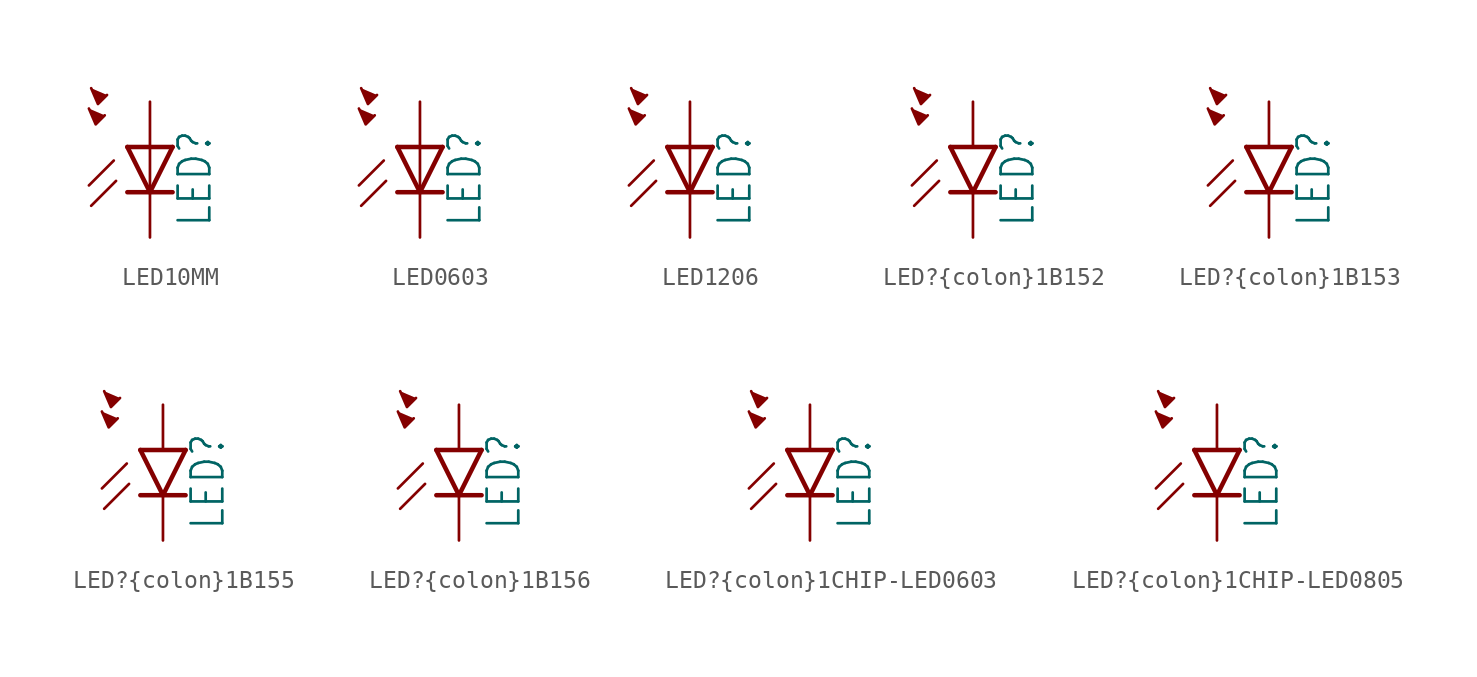
<source format=kicad_sym>
(kicad_symbol_lib
  (version 20241209)
  (generator "kicad_symbol_editor")
  (generator_version "9.0")
  (symbol "LED10MM"
    (property "Reference" "LED"
      (at 3.556 -4.572 90)
      (effects (font (size 1.778 1.511)) (justify left bottom)))
    (property "Value" ""
      (at 5.715 -4.572 90)
      (effects (font (size 1.778 1.511)) (justify left bottom)))
    (property "ki_locked" ""
      (at 0 0 0)
      (effects (font (size 1.27 1.27))))
    (symbol "LED10MM_1_0"
      (polyline (pts (xy -3.429 2.159) (xy -3.048 1.27) (xy -2.54 1.778)) (stroke (width 0.152) (type solid)) (fill (type outline)))
      (polyline (pts (xy -3.302 3.302) (xy -2.921 2.413) (xy -2.413 2.921)) (stroke (width 0.152) (type solid)) (fill (type outline)))
      (polyline (pts (xy -2.032 -0.762) (xy -3.429 -2.159)) (stroke (width 0.152) (type solid)) (fill (type none)))
      (polyline (pts (xy -1.905 -1.905) (xy -3.302 -3.302)) (stroke (width 0.152) (type solid)) (fill (type none)))
      (polyline (pts (xy 0 0) (xy -1.27 0)) (stroke (width 0.254) (type solid)) (fill (type none)))
      (polyline (pts (xy 0 0) (xy 0 -2.54)) (stroke (width 0.152) (type solid)) (fill (type none)))
      (polyline (pts (xy 0 -2.54) (xy -1.27 0)) (stroke (width 0.254) (type solid)) (fill (type none)))
      (polyline (pts (xy 0 -2.54) (xy -1.27 -2.54)) (stroke (width 0.254) (type solid)) (fill (type none)))
      (polyline (pts (xy 1.27 0) (xy 0 0)) (stroke (width 0.254) (type solid)) (fill (type none)))
      (polyline (pts (xy 1.27 0) (xy 0 -2.54)) (stroke (width 0.254) (type solid)) (fill (type none)))
      (polyline (pts (xy 1.27 -2.54) (xy 0 -2.54)) (stroke (width 0.254) (type solid)) (fill (type none)))
      (pin passive line (at 0 2.54 270) (length 2.54) (name "A" (effects (font (size 0 0)))) (number "A" (effects (font (size 0 0)))))
      (pin passive line (at 0 -5.08 90) (length 2.54) (name "C" (effects (font (size 0 0)))) (number "C" (effects (font (size 0 0)))))))
  (symbol "LED0603"
    (property "Reference" "LED"
      (at 3.556 -4.572 90)
      (effects (font (size 1.778 1.511)) (justify left bottom)))
    (property "Value" ""
      (at 5.715 -4.572 90)
      (effects (font (size 1.778 1.511)) (justify left bottom)))
    (property "ki_locked" ""
      (at 0 0 0)
      (effects (font (size 1.27 1.27))))
    (symbol "LED0603_1_0"
      (polyline (pts (xy -3.429 2.159) (xy -3.048 1.27) (xy -2.54 1.778)) (stroke (width 0.152) (type solid)) (fill (type outline)))
      (polyline (pts (xy -3.302 3.302) (xy -2.921 2.413) (xy -2.413 2.921)) (stroke (width 0.152) (type solid)) (fill (type outline)))
      (polyline (pts (xy -2.032 -0.762) (xy -3.429 -2.159)) (stroke (width 0.152) (type solid)) (fill (type none)))
      (polyline (pts (xy -1.905 -1.905) (xy -3.302 -3.302)) (stroke (width 0.152) (type solid)) (fill (type none)))
      (polyline (pts (xy 0 0) (xy -1.27 0)) (stroke (width 0.254) (type solid)) (fill (type none)))
      (polyline (pts (xy 0 0) (xy 0 -2.54)) (stroke (width 0.152) (type solid)) (fill (type none)))
      (polyline (pts (xy 0 -2.54) (xy -1.27 0)) (stroke (width 0.254) (type solid)) (fill (type none)))
      (polyline (pts (xy 0 -2.54) (xy -1.27 -2.54)) (stroke (width 0.254) (type solid)) (fill (type none)))
      (polyline (pts (xy 1.27 0) (xy 0 0)) (stroke (width 0.254) (type solid)) (fill (type none)))
      (polyline (pts (xy 1.27 0) (xy 0 -2.54)) (stroke (width 0.254) (type solid)) (fill (type none)))
      (polyline (pts (xy 1.27 -2.54) (xy 0 -2.54)) (stroke (width 0.254) (type solid)) (fill (type none)))
      (pin passive line (at 0 2.54 270) (length 2.54) (name "A" (effects (font (size 0 0)))) (number "A" (effects (font (size 0 0)))))
      (pin passive line (at 0 -5.08 90) (length 2.54) (name "C" (effects (font (size 0 0)))) (number "C" (effects (font (size 0 0)))))))
  (symbol "LED1206"
    (property "Reference" "LED"
      (at 3.556 -4.572 90)
      (effects (font (size 1.778 1.511)) (justify left bottom)))
    (property "Value" ""
      (at 5.715 -4.572 90)
      (effects (font (size 1.778 1.511)) (justify left bottom)))
    (property "ki_locked" ""
      (at 0 0 0)
      (effects (font (size 1.27 1.27))))
    (symbol "LED1206_1_0"
      (polyline (pts (xy -3.429 2.159) (xy -3.048 1.27) (xy -2.54 1.778)) (stroke (width 0.152) (type solid)) (fill (type outline)))
      (polyline (pts (xy -3.302 3.302) (xy -2.921 2.413) (xy -2.413 2.921)) (stroke (width 0.152) (type solid)) (fill (type outline)))
      (polyline (pts (xy -2.032 -0.762) (xy -3.429 -2.159)) (stroke (width 0.152) (type solid)) (fill (type none)))
      (polyline (pts (xy -1.905 -1.905) (xy -3.302 -3.302)) (stroke (width 0.152) (type solid)) (fill (type none)))
      (polyline (pts (xy 0 0) (xy -1.27 0)) (stroke (width 0.254) (type solid)) (fill (type none)))
      (polyline (pts (xy 0 0) (xy 0 -2.54)) (stroke (width 0.152) (type solid)) (fill (type none)))
      (polyline (pts (xy 0 -2.54) (xy -1.27 0)) (stroke (width 0.254) (type solid)) (fill (type none)))
      (polyline (pts (xy 0 -2.54) (xy -1.27 -2.54)) (stroke (width 0.254) (type solid)) (fill (type none)))
      (polyline (pts (xy 1.27 0) (xy 0 0)) (stroke (width 0.254) (type solid)) (fill (type none)))
      (polyline (pts (xy 1.27 0) (xy 0 -2.54)) (stroke (width 0.254) (type solid)) (fill (type none)))
      (polyline (pts (xy 1.27 -2.54) (xy 0 -2.54)) (stroke (width 0.254) (type solid)) (fill (type none)))
      (pin passive line (at 0 2.54 270) (length 2.54) (name "A" (effects (font (size 0 0)))) (number "A" (effects (font (size 0 0)))))
      (pin passive line (at 0 -5.08 90) (length 2.54) (name "C" (effects (font (size 0 0)))) (number "C" (effects (font (size 0 0)))))))
  (symbol "LED?{colon}1B152"
    (property "Reference" "LED"
      (at 3.556 -4.572 90)
      (effects (font (size 1.778 1.511)) (justify left bottom)))
    (property "Value" ""
      (at 5.715 -4.572 90)
      (effects (font (size 1.778 1.511)) (justify left bottom)))
    (property "ki_locked" ""
      (at 0 0 0)
      (effects (font (size 1.27 1.27))))
    (symbol "LED?{colon}1B152_1_0"
      (polyline (pts (xy -3.429 2.159) (xy -3.048 1.27) (xy -2.54 1.778)) (stroke (width 0.152) (type solid)) (fill (type outline)))
      (polyline (pts (xy -3.302 3.302) (xy -2.921 2.413) (xy -2.413 2.921)) (stroke (width 0.152) (type solid)) (fill (type outline)))
      (polyline (pts (xy -2.032 -0.762) (xy -3.429 -2.159)) (stroke (width 0.152) (type solid)) (fill (type none)))
      (polyline (pts (xy -1.905 -1.905) (xy -3.302 -3.302)) (stroke (width 0.152) (type solid)) (fill (type none)))
      (polyline (pts (xy 0 -2.54) (xy -1.27 0)) (stroke (width 0.254) (type solid)) (fill (type none)))
      (polyline (pts (xy 0 -2.54) (xy -1.27 -2.54)) (stroke (width 0.254) (type solid)) (fill (type none)))
      (polyline (pts (xy 1.27 0) (xy -1.27 0)) (stroke (width 0.254) (type solid)) (fill (type none)))
      (polyline (pts (xy 1.27 0) (xy 0 -2.54)) (stroke (width 0.254) (type solid)) (fill (type none)))
      (polyline (pts (xy 1.27 -2.54) (xy 0 -2.54)) (stroke (width 0.254) (type solid)) (fill (type none)))
      (pin passive line (at 0 2.54 270) (length 2.54) (name "A" (effects (font (size 0 0)))) (number "A" (effects (font (size 0 0)))))
      (pin passive line (at 0 -5.08 90) (length 2.54) (name "C" (effects (font (size 0 0)))) (number "K" (effects (font (size 0 0)))))))
  (symbol "LED?{colon}1B153"
    (property "Reference" "LED"
      (at 3.556 -4.572 90)
      (effects (font (size 1.778 1.511)) (justify left bottom)))
    (property "Value" ""
      (at 5.715 -4.572 90)
      (effects (font (size 1.778 1.511)) (justify left bottom)))
    (property "ki_locked" ""
      (at 0 0 0)
      (effects (font (size 1.27 1.27))))
    (symbol "LED?{colon}1B153_1_0"
      (polyline (pts (xy -3.429 2.159) (xy -3.048 1.27) (xy -2.54 1.778)) (stroke (width 0.152) (type solid)) (fill (type outline)))
      (polyline (pts (xy -3.302 3.302) (xy -2.921 2.413) (xy -2.413 2.921)) (stroke (width 0.152) (type solid)) (fill (type outline)))
      (polyline (pts (xy -2.032 -0.762) (xy -3.429 -2.159)) (stroke (width 0.152) (type solid)) (fill (type none)))
      (polyline (pts (xy -1.905 -1.905) (xy -3.302 -3.302)) (stroke (width 0.152) (type solid)) (fill (type none)))
      (polyline (pts (xy 0 -2.54) (xy -1.27 0)) (stroke (width 0.254) (type solid)) (fill (type none)))
      (polyline (pts (xy 0 -2.54) (xy -1.27 -2.54)) (stroke (width 0.254) (type solid)) (fill (type none)))
      (polyline (pts (xy 1.27 0) (xy -1.27 0)) (stroke (width 0.254) (type solid)) (fill (type none)))
      (polyline (pts (xy 1.27 0) (xy 0 -2.54)) (stroke (width 0.254) (type solid)) (fill (type none)))
      (polyline (pts (xy 1.27 -2.54) (xy 0 -2.54)) (stroke (width 0.254) (type solid)) (fill (type none)))
      (pin passive line (at 0 2.54 270) (length 2.54) (name "A" (effects (font (size 0 0)))) (number "A" (effects (font (size 0 0)))))
      (pin passive line (at 0 -5.08 90) (length 2.54) (name "C" (effects (font (size 0 0)))) (number "K" (effects (font (size 0 0)))))))
  (symbol "LED?{colon}1B155"
    (property "Reference" "LED"
      (at 3.556 -4.572 90)
      (effects (font (size 1.778 1.511)) (justify left bottom)))
    (property "Value" ""
      (at 5.715 -4.572 90)
      (effects (font (size 1.778 1.511)) (justify left bottom)))
    (property "ki_locked" ""
      (at 0 0 0)
      (effects (font (size 1.27 1.27))))
    (symbol "LED?{colon}1B155_1_0"
      (polyline (pts (xy -3.429 2.159) (xy -3.048 1.27) (xy -2.54 1.778)) (stroke (width 0.152) (type solid)) (fill (type outline)))
      (polyline (pts (xy -3.302 3.302) (xy -2.921 2.413) (xy -2.413 2.921)) (stroke (width 0.152) (type solid)) (fill (type outline)))
      (polyline (pts (xy -2.032 -0.762) (xy -3.429 -2.159)) (stroke (width 0.152) (type solid)) (fill (type none)))
      (polyline (pts (xy -1.905 -1.905) (xy -3.302 -3.302)) (stroke (width 0.152) (type solid)) (fill (type none)))
      (polyline (pts (xy 0 -2.54) (xy -1.27 0)) (stroke (width 0.254) (type solid)) (fill (type none)))
      (polyline (pts (xy 0 -2.54) (xy -1.27 -2.54)) (stroke (width 0.254) (type solid)) (fill (type none)))
      (polyline (pts (xy 1.27 0) (xy -1.27 0)) (stroke (width 0.254) (type solid)) (fill (type none)))
      (polyline (pts (xy 1.27 0) (xy 0 -2.54)) (stroke (width 0.254) (type solid)) (fill (type none)))
      (polyline (pts (xy 1.27 -2.54) (xy 0 -2.54)) (stroke (width 0.254) (type solid)) (fill (type none)))
      (pin passive line (at 0 2.54 270) (length 2.54) (name "A" (effects (font (size 0 0)))) (number "A" (effects (font (size 0 0)))))
      (pin passive line (at 0 -5.08 90) (length 2.54) (name "C" (effects (font (size 0 0)))) (number "K" (effects (font (size 0 0)))))))
  (symbol "LED?{colon}1B156"
    (property "Reference" "LED"
      (at 3.556 -4.572 90)
      (effects (font (size 1.778 1.511)) (justify left bottom)))
    (property "Value" ""
      (at 5.715 -4.572 90)
      (effects (font (size 1.778 1.511)) (justify left bottom)))
    (property "ki_locked" ""
      (at 0 0 0)
      (effects (font (size 1.27 1.27))))
    (symbol "LED?{colon}1B156_1_0"
      (polyline (pts (xy -3.429 2.159) (xy -3.048 1.27) (xy -2.54 1.778)) (stroke (width 0.152) (type solid)) (fill (type outline)))
      (polyline (pts (xy -3.302 3.302) (xy -2.921 2.413) (xy -2.413 2.921)) (stroke (width 0.152) (type solid)) (fill (type outline)))
      (polyline (pts (xy -2.032 -0.762) (xy -3.429 -2.159)) (stroke (width 0.152) (type solid)) (fill (type none)))
      (polyline (pts (xy -1.905 -1.905) (xy -3.302 -3.302)) (stroke (width 0.152) (type solid)) (fill (type none)))
      (polyline (pts (xy 0 -2.54) (xy -1.27 0)) (stroke (width 0.254) (type solid)) (fill (type none)))
      (polyline (pts (xy 0 -2.54) (xy -1.27 -2.54)) (stroke (width 0.254) (type solid)) (fill (type none)))
      (polyline (pts (xy 1.27 0) (xy -1.27 0)) (stroke (width 0.254) (type solid)) (fill (type none)))
      (polyline (pts (xy 1.27 0) (xy 0 -2.54)) (stroke (width 0.254) (type solid)) (fill (type none)))
      (polyline (pts (xy 1.27 -2.54) (xy 0 -2.54)) (stroke (width 0.254) (type solid)) (fill (type none)))
      (pin passive line (at 0 2.54 270) (length 2.54) (name "A" (effects (font (size 0 0)))) (number "A" (effects (font (size 0 0)))))
      (pin passive line (at 0 -5.08 90) (length 2.54) (name "C" (effects (font (size 0 0)))) (number "K" (effects (font (size 0 0)))))))
  (symbol "LED?{colon}1CHIP-LED0603"
    (property "Reference" "LED"
      (at 3.556 -4.572 90)
      (effects (font (size 1.778 1.511)) (justify left bottom)))
    (property "Value" ""
      (at 5.715 -4.572 90)
      (effects (font (size 1.778 1.511)) (justify left bottom)))
    (property "ki_locked" ""
      (at 0 0 0)
      (effects (font (size 1.27 1.27))))
    (symbol "LED?{colon}1CHIP-LED0603_1_0"
      (polyline (pts (xy -3.429 2.159) (xy -3.048 1.27) (xy -2.54 1.778)) (stroke (width 0.152) (type solid)) (fill (type outline)))
      (polyline (pts (xy -3.302 3.302) (xy -2.921 2.413) (xy -2.413 2.921)) (stroke (width 0.152) (type solid)) (fill (type outline)))
      (polyline (pts (xy -2.032 -0.762) (xy -3.429 -2.159)) (stroke (width 0.152) (type solid)) (fill (type none)))
      (polyline (pts (xy -1.905 -1.905) (xy -3.302 -3.302)) (stroke (width 0.152) (type solid)) (fill (type none)))
      (polyline (pts (xy 0 -2.54) (xy -1.27 0)) (stroke (width 0.254) (type solid)) (fill (type none)))
      (polyline (pts (xy 0 -2.54) (xy -1.27 -2.54)) (stroke (width 0.254) (type solid)) (fill (type none)))
      (polyline (pts (xy 1.27 0) (xy -1.27 0)) (stroke (width 0.254) (type solid)) (fill (type none)))
      (polyline (pts (xy 1.27 0) (xy 0 -2.54)) (stroke (width 0.254) (type solid)) (fill (type none)))
      (polyline (pts (xy 1.27 -2.54) (xy 0 -2.54)) (stroke (width 0.254) (type solid)) (fill (type none)))
      (pin passive line (at 0 2.54 270) (length 2.54) (name "A" (effects (font (size 0 0)))) (number "A" (effects (font (size 0 0)))))
      (pin passive line (at 0 -5.08 90) (length 2.54) (name "C" (effects (font (size 0 0)))) (number "C" (effects (font (size 0 0)))))))
  (symbol "LED?{colon}1CHIP-LED0805"
    (property "Reference" "LED"
      (at 3.556 -4.572 90)
      (effects (font (size 1.778 1.511)) (justify left bottom)))
    (property "Value" ""
      (at 5.715 -4.572 90)
      (effects (font (size 1.778 1.511)) (justify left bottom)))
    (property "ki_locked" ""
      (at 0 0 0)
      (effects (font (size 1.27 1.27))))
    (symbol "LED?{colon}1CHIP-LED0805_1_0"
      (polyline (pts (xy -3.429 2.159) (xy -3.048 1.27) (xy -2.54 1.778)) (stroke (width 0.152) (type solid)) (fill (type outline)))
      (polyline (pts (xy -3.302 3.302) (xy -2.921 2.413) (xy -2.413 2.921)) (stroke (width 0.152) (type solid)) (fill (type outline)))
      (polyline (pts (xy -2.032 -0.762) (xy -3.429 -2.159)) (stroke (width 0.152) (type solid)) (fill (type none)))
      (polyline (pts (xy -1.905 -1.905) (xy -3.302 -3.302)) (stroke (width 0.152) (type solid)) (fill (type none)))
      (polyline (pts (xy 0 -2.54) (xy -1.27 0)) (stroke (width 0.254) (type solid)) (fill (type none)))
      (polyline (pts (xy 0 -2.54) (xy -1.27 -2.54)) (stroke (width 0.254) (type solid)) (fill (type none)))
      (polyline (pts (xy 1.27 0) (xy -1.27 0)) (stroke (width 0.254) (type solid)) (fill (type none)))
      (polyline (pts (xy 1.27 0) (xy 0 -2.54)) (stroke (width 0.254) (type solid)) (fill (type none)))
      (polyline (pts (xy 1.27 -2.54) (xy 0 -2.54)) (stroke (width 0.254) (type solid)) (fill (type none)))
      (pin passive line (at 0 2.54 270) (length 2.54) (name "A" (effects (font (size 0 0)))) (number "A" (effects (font (size 0 0)))))
      (pin passive line (at 0 -5.08 90) (length 2.54) (name "C" (effects (font (size 0 0)))) (number "C" (effects (font (size 0 0))))))))
</source>
